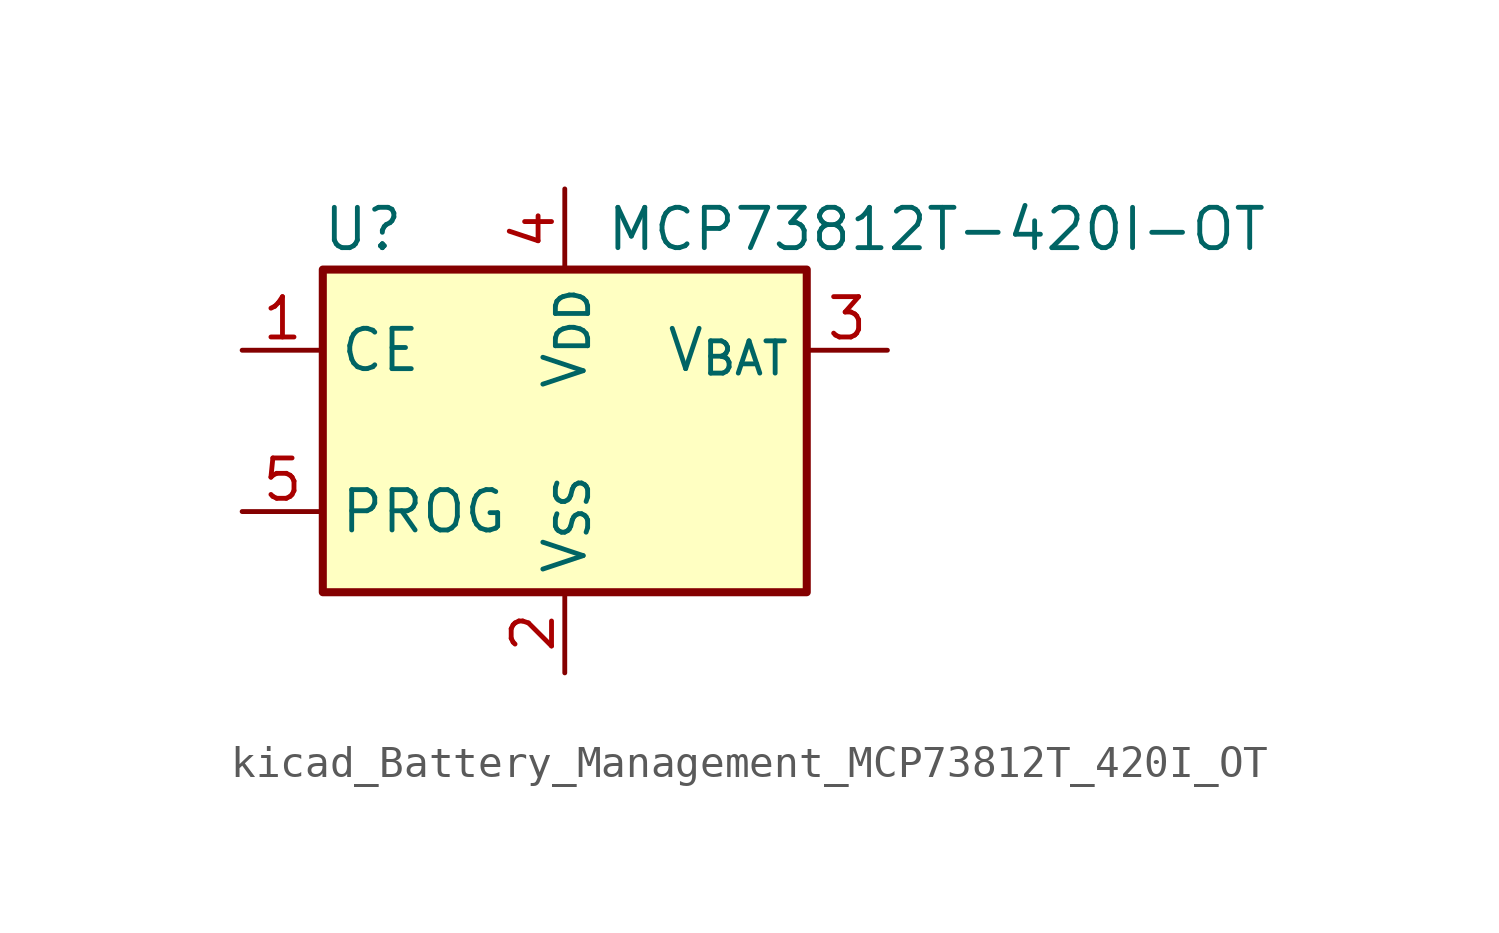
<source format=kicad_sym>
(kicad_symbol_lib
  (version 20220914)
  (generator kicad_symbol_editor)
  (symbol "kicad_Battery_Management_MCP73812T_420I_OT"
    (property "Reference" "U"
      (at -6.35 6.35 0)
      (effects (font (size 1.27 1.27))))
    (property "Value" "MCP73812T-420I-OT"
      (at 1.27 6.35 0)
      (effects (font (size 1.27 1.27)) (justify left)))
    (symbol "kicad_Battery_Management_MCP73812T_420I_OT_0_1"
      (rectangle (start -7.62 5.08) (end 7.62 -5.08) (stroke (width 0.254) (type default)) (fill (type background))))
    (symbol "kicad_Battery_Management_MCP73812T_420I_OT_1_1"
      (pin input line (at -10.16 2.54 0) (length 2.54) (name "CE" (effects (font (size 1.27 1.27)))) (number "1" (effects (font (size 1.27 1.27)))))
      (pin power_in line (at 0 -7.62 90) (length 2.54) (name "V_{SS}" (effects (font (size 1.27 1.27)))) (number "2" (effects (font (size 1.27 1.27)))))
      (pin power_out line (at 10.16 2.54 180) (length 2.54) (name "V_{BAT}" (effects (font (size 1.27 1.27)))) (number "3" (effects (font (size 1.27 1.27)))))
      (pin power_in line (at 0 7.62 270) (length 2.54) (name "V_{DD}" (effects (font (size 1.27 1.27)))) (number "4" (effects (font (size 1.27 1.27)))))
      (pin input line (at -10.16 -2.54 0) (length 2.54) (name "PROG" (effects (font (size 1.27 1.27)))) (number "5" (effects (font (size 1.27 1.27))))))))
</source>
